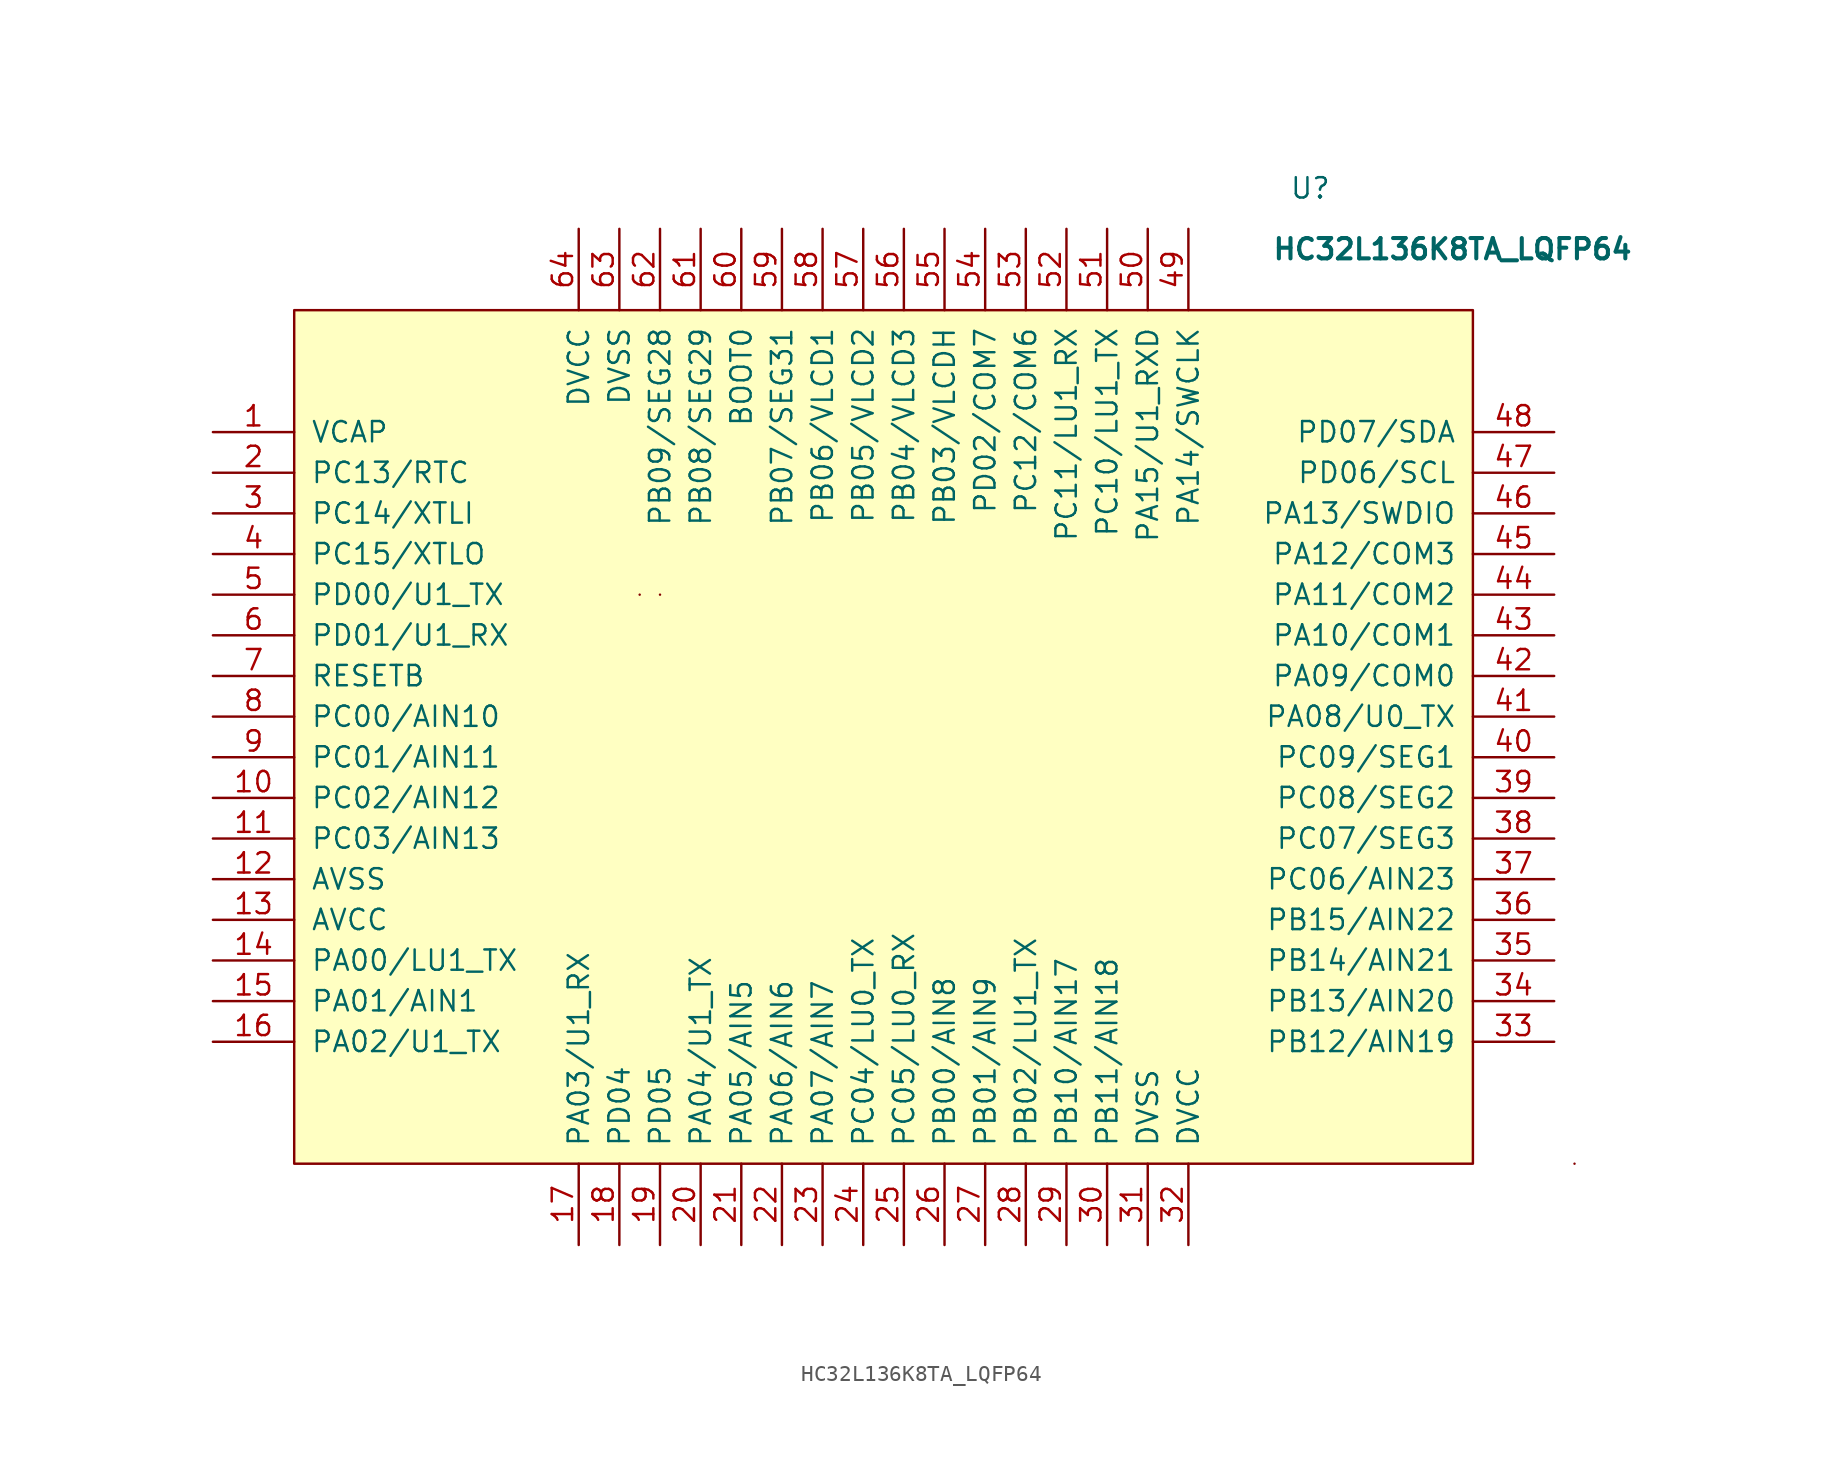
<source format=kicad_sym>
(kicad_symbol_lib
  (version 20211014)
  (generator kicad_symbol_editor)
  (symbol "HC32L136K8TA_LQFP64"
    (pin_names
      (offset 1.016))
    (property "Reference" "U"
      (at 26.67 34.29 0)
      (effects (font (size 1.27 1.27))))
    (property "Value" "HC32L136K8TA_LQFP64"
      (at 35.56 30.48 0)
      (effects (font (size 1.27 1.27) bold)))
    (symbol "HC32L136K8TA_LQFP64_0_1"
      (rectangle (start -36.83 26.67) (end 36.83 -26.67) (stroke (width 0) (type default) (color 0 0 0 0)) (fill (type background)))
      (rectangle (start -15.24 8.89) (end -15.24 8.89) (stroke (width 0) (type default) (color 0 0 0 0)) (fill (type background)))
      (rectangle (start -13.97 8.89) (end -13.97 8.89) (stroke (width 0) (type default) (color 0 0 0 0)) (fill (type none)))
      (rectangle (start 43.18 -26.67) (end 43.18 -26.67) (stroke (width 0) (type default) (color 0 0 0 0)) (fill (type none))))
    (symbol "HC32L136K8TA_LQFP64_1_1"
      (pin input line (at -41.91 19.05 0) (length 5.08) (name "VCAP" (effects (font (size 1.27 1.27)))) (number "1" (effects (font (size 1.27 1.27)))))
      (pin bidirectional line (at -41.91 -3.81 0) (length 5.08) (name "PC02/AIN12" (effects (font (size 1.27 1.27)))) (number "10" (effects (font (size 1.27 1.27)))))
      (pin bidirectional line (at -41.91 -6.35 0) (length 5.08) (name "PC03/AIN13" (effects (font (size 1.27 1.27)))) (number "11" (effects (font (size 1.27 1.27)))))
      (pin power_in line (at -41.91 -8.89 0) (length 5.08) (name "AVSS" (effects (font (size 1.27 1.27)))) (number "12" (effects (font (size 1.27 1.27)))))
      (pin power_in line (at -41.91 -11.43 0) (length 5.08) (name "AVCC" (effects (font (size 1.27 1.27)))) (number "13" (effects (font (size 1.27 1.27)))))
      (pin bidirectional line (at -41.91 -13.97 0) (length 5.08) (name "PA00/LU1_TX" (effects (font (size 1.27 1.27)))) (number "14" (effects (font (size 1.27 1.27)))))
      (pin bidirectional line (at -41.91 -16.51 0) (length 5.08) (name "PA01/AIN1" (effects (font (size 1.27 1.27)))) (number "15" (effects (font (size 1.27 1.27)))))
      (pin bidirectional line (at -41.91 -19.05 0) (length 5.08) (name "PA02/U1_TX" (effects (font (size 1.27 1.27)))) (number "16" (effects (font (size 1.27 1.27)))))
      (pin bidirectional line (at -19.05 -31.75 90) (length 5.08) (name "PA03/U1_RX" (effects (font (size 1.27 1.27)))) (number "17" (effects (font (size 1.27 1.27)))))
      (pin bidirectional line (at -16.51 -31.75 90) (length 5.08) (name "PD04" (effects (font (size 1.27 1.27)))) (number "18" (effects (font (size 1.27 1.27)))))
      (pin bidirectional line (at -13.97 -31.75 90) (length 5.08) (name "PD05" (effects (font (size 1.27 1.27)))) (number "19" (effects (font (size 1.27 1.27)))))
      (pin bidirectional line (at -41.91 16.51 0) (length 5.08) (name "PC13/RTC" (effects (font (size 1.27 1.27)))) (number "2" (effects (font (size 1.27 1.27)))))
      (pin bidirectional line (at -11.43 -31.75 90) (length 5.08) (name "PA04/U1_TX" (effects (font (size 1.27 1.27)))) (number "20" (effects (font (size 1.27 1.27)))))
      (pin bidirectional line (at -8.89 -31.75 90) (length 5.08) (name "PA05/AIN5" (effects (font (size 1.27 1.27)))) (number "21" (effects (font (size 1.27 1.27)))))
      (pin bidirectional line (at -6.35 -31.75 90) (length 5.08) (name "PA06/AIN6" (effects (font (size 1.27 1.27)))) (number "22" (effects (font (size 1.27 1.27)))))
      (pin bidirectional line (at -3.81 -31.75 90) (length 5.08) (name "PA07/AIN7" (effects (font (size 1.27 1.27)))) (number "23" (effects (font (size 1.27 1.27)))))
      (pin bidirectional line (at -1.27 -31.75 90) (length 5.08) (name "PC04/LU0_TX" (effects (font (size 1.27 1.27)))) (number "24" (effects (font (size 1.27 1.27)))))
      (pin bidirectional line (at 1.27 -31.75 90) (length 5.08) (name "PC05/LU0_RX" (effects (font (size 1.27 1.27)))) (number "25" (effects (font (size 1.27 1.27)))))
      (pin bidirectional line (at 3.81 -31.75 90) (length 5.08) (name "PB00/AIN8" (effects (font (size 1.27 1.27)))) (number "26" (effects (font (size 1.27 1.27)))))
      (pin bidirectional line (at 6.35 -31.75 90) (length 5.08) (name "PB01/AIN9" (effects (font (size 1.27 1.27)))) (number "27" (effects (font (size 1.27 1.27)))))
      (pin bidirectional line (at 8.89 -31.75 90) (length 5.08) (name "PB02/LU1_TX" (effects (font (size 1.27 1.27)))) (number "28" (effects (font (size 1.27 1.27)))))
      (pin bidirectional line (at 11.43 -31.75 90) (length 5.08) (name "PB10/AIN17" (effects (font (size 1.27 1.27)))) (number "29" (effects (font (size 1.27 1.27)))))
      (pin passive line (at -41.91 13.97 0) (length 5.08) (name "PC14/XTLI" (effects (font (size 1.27 1.27)))) (number "3" (effects (font (size 1.27 1.27)))))
      (pin bidirectional line (at 13.97 -31.75 90) (length 5.08) (name "PB11/AIN18" (effects (font (size 1.27 1.27)))) (number "30" (effects (font (size 1.27 1.27)))))
      (pin power_in line (at 16.51 -31.75 90) (length 5.08) (name "DVSS" (effects (font (size 1.27 1.27)))) (number "31" (effects (font (size 1.27 1.27)))))
      (pin power_in line (at 19.05 -31.75 90) (length 5.08) (name "DVCC" (effects (font (size 1.27 1.27)))) (number "32" (effects (font (size 1.27 1.27)))))
      (pin bidirectional line (at 41.91 -19.05 180) (length 5.08) (name "PB12/AIN19" (effects (font (size 1.27 1.27)))) (number "33" (effects (font (size 1.27 1.27)))))
      (pin bidirectional line (at 41.91 -16.51 180) (length 5.08) (name "PB13/AIN20" (effects (font (size 1.27 1.27)))) (number "34" (effects (font (size 1.27 1.27)))))
      (pin bidirectional line (at 41.91 -13.97 180) (length 5.08) (name "PB14/AIN21" (effects (font (size 1.27 1.27)))) (number "35" (effects (font (size 1.27 1.27)))))
      (pin bidirectional line (at 41.91 -11.43 180) (length 5.08) (name "PB15/AIN22" (effects (font (size 1.27 1.27)))) (number "36" (effects (font (size 1.27 1.27)))))
      (pin bidirectional line (at 41.91 -8.89 180) (length 5.08) (name "PC06/AIN23" (effects (font (size 1.27 1.27)))) (number "37" (effects (font (size 1.27 1.27)))))
      (pin bidirectional line (at 41.91 -6.35 180) (length 5.08) (name "PC07/SEG3" (effects (font (size 1.27 1.27)))) (number "38" (effects (font (size 1.27 1.27)))))
      (pin bidirectional line (at 41.91 -3.81 180) (length 5.08) (name "PC08/SEG2" (effects (font (size 1.27 1.27)))) (number "39" (effects (font (size 1.27 1.27)))))
      (pin passive line (at -41.91 11.43 0) (length 5.08) (name "PC15/XTLO" (effects (font (size 1.27 1.27)))) (number "4" (effects (font (size 1.27 1.27)))))
      (pin bidirectional line (at 41.91 -1.27 180) (length 5.08) (name "PC09/SEG1" (effects (font (size 1.27 1.27)))) (number "40" (effects (font (size 1.27 1.27)))))
      (pin bidirectional line (at 41.91 1.27 180) (length 5.08) (name "PA08/U0_TX" (effects (font (size 1.27 1.27)))) (number "41" (effects (font (size 1.27 1.27)))))
      (pin bidirectional line (at 41.91 3.81 180) (length 5.08) (name "PA09/COM0" (effects (font (size 1.27 1.27)))) (number "42" (effects (font (size 1.27 1.27)))))
      (pin bidirectional line (at 41.91 6.35 180) (length 5.08) (name "PA10/COM1" (effects (font (size 1.27 1.27)))) (number "43" (effects (font (size 1.27 1.27)))))
      (pin bidirectional line (at 41.91 8.89 180) (length 5.08) (name "PA11/COM2" (effects (font (size 1.27 1.27)))) (number "44" (effects (font (size 1.27 1.27)))))
      (pin bidirectional line (at 41.91 11.43 180) (length 5.08) (name "PA12/COM3" (effects (font (size 1.27 1.27)))) (number "45" (effects (font (size 1.27 1.27)))))
      (pin bidirectional line (at 41.91 13.97 180) (length 5.08) (name "PA13/SWDIO" (effects (font (size 1.27 1.27)))) (number "46" (effects (font (size 1.27 1.27)))))
      (pin bidirectional line (at 41.91 16.51 180) (length 5.08) (name "PD06/SCL" (effects (font (size 1.27 1.27)))) (number "47" (effects (font (size 1.27 1.27)))))
      (pin bidirectional line (at 41.91 19.05 180) (length 5.08) (name "PD07/SDA" (effects (font (size 1.27 1.27)))) (number "48" (effects (font (size 1.27 1.27)))))
      (pin bidirectional line (at 19.05 31.75 270) (length 5.08) (name "PA14/SWCLK" (effects (font (size 1.27 1.27)))) (number "49" (effects (font (size 1.27 1.27)))))
      (pin passive line (at -41.91 8.89 0) (length 5.08) (name "PD00/U1_TX" (effects (font (size 1.27 1.27)))) (number "5" (effects (font (size 1.27 1.27)))))
      (pin bidirectional line (at 16.51 31.75 270) (length 5.08) (name "PA15/U1_RXD" (effects (font (size 1.27 1.27)))) (number "50" (effects (font (size 1.27 1.27)))))
      (pin bidirectional line (at 13.97 31.75 270) (length 5.08) (name "PC10/LU1_TX" (effects (font (size 1.27 1.27)))) (number "51" (effects (font (size 1.27 1.27)))))
      (pin bidirectional line (at 11.43 31.75 270) (length 5.08) (name "PC11/LU1_RX" (effects (font (size 1.27 1.27)))) (number "52" (effects (font (size 1.27 1.27)))))
      (pin bidirectional line (at 8.89 31.75 270) (length 5.08) (name "PC12/COM6" (effects (font (size 1.27 1.27)))) (number "53" (effects (font (size 1.27 1.27)))))
      (pin bidirectional line (at 6.35 31.75 270) (length 5.08) (name "PD02/COM7" (effects (font (size 1.27 1.27)))) (number "54" (effects (font (size 1.27 1.27)))))
      (pin bidirectional line (at 3.81 31.75 270) (length 5.08) (name "PB03/VLCDH" (effects (font (size 1.27 1.27)))) (number "55" (effects (font (size 1.27 1.27)))))
      (pin bidirectional line (at 1.27 31.75 270) (length 5.08) (name "PB04/VLCD3" (effects (font (size 1.27 1.27)))) (number "56" (effects (font (size 1.27 1.27)))))
      (pin bidirectional line (at -1.27 31.75 270) (length 5.08) (name "PB05/VLCD2" (effects (font (size 1.27 1.27)))) (number "57" (effects (font (size 1.27 1.27)))))
      (pin bidirectional line (at -3.81 31.75 270) (length 5.08) (name "PB06/VLCD1" (effects (font (size 1.27 1.27)))) (number "58" (effects (font (size 1.27 1.27)))))
      (pin bidirectional line (at -6.35 31.75 270) (length 5.08) (name "PB07/SEG31" (effects (font (size 1.27 1.27)))) (number "59" (effects (font (size 1.27 1.27)))))
      (pin passive line (at -41.91 6.35 0) (length 5.08) (name "PD01/U1_RX" (effects (font (size 1.27 1.27)))) (number "6" (effects (font (size 1.27 1.27)))))
      (pin bidirectional line (at -8.89 31.75 270) (length 5.08) (name "BOOT0" (effects (font (size 1.27 1.27)))) (number "60" (effects (font (size 1.27 1.27)))))
      (pin bidirectional line (at -11.43 31.75 270) (length 5.08) (name "PB08/SEG29" (effects (font (size 1.27 1.27)))) (number "61" (effects (font (size 1.27 1.27)))))
      (pin bidirectional line (at -13.97 31.75 270) (length 5.08) (name "PB09/SEG28" (effects (font (size 1.27 1.27)))) (number "62" (effects (font (size 1.27 1.27)))))
      (pin power_in line (at -16.51 31.75 270) (length 5.08) (name "DVSS" (effects (font (size 1.27 1.27)))) (number "63" (effects (font (size 1.27 1.27)))))
      (pin power_in line (at -19.05 31.75 270) (length 5.08) (name "DVCC" (effects (font (size 1.27 1.27)))) (number "64" (effects (font (size 1.27 1.27)))))
      (pin input line (at -41.91 3.81 0) (length 5.08) (name "RESETB" (effects (font (size 1.27 1.27)))) (number "7" (effects (font (size 1.27 1.27)))))
      (pin bidirectional line (at -41.91 1.27 0) (length 5.08) (name "PC00/AIN10" (effects (font (size 1.27 1.27)))) (number "8" (effects (font (size 1.27 1.27)))))
      (pin bidirectional line (at -41.91 -1.27 0) (length 5.08) (name "PC01/AIN11" (effects (font (size 1.27 1.27)))) (number "9" (effects (font (size 1.27 1.27))))))))
</source>
